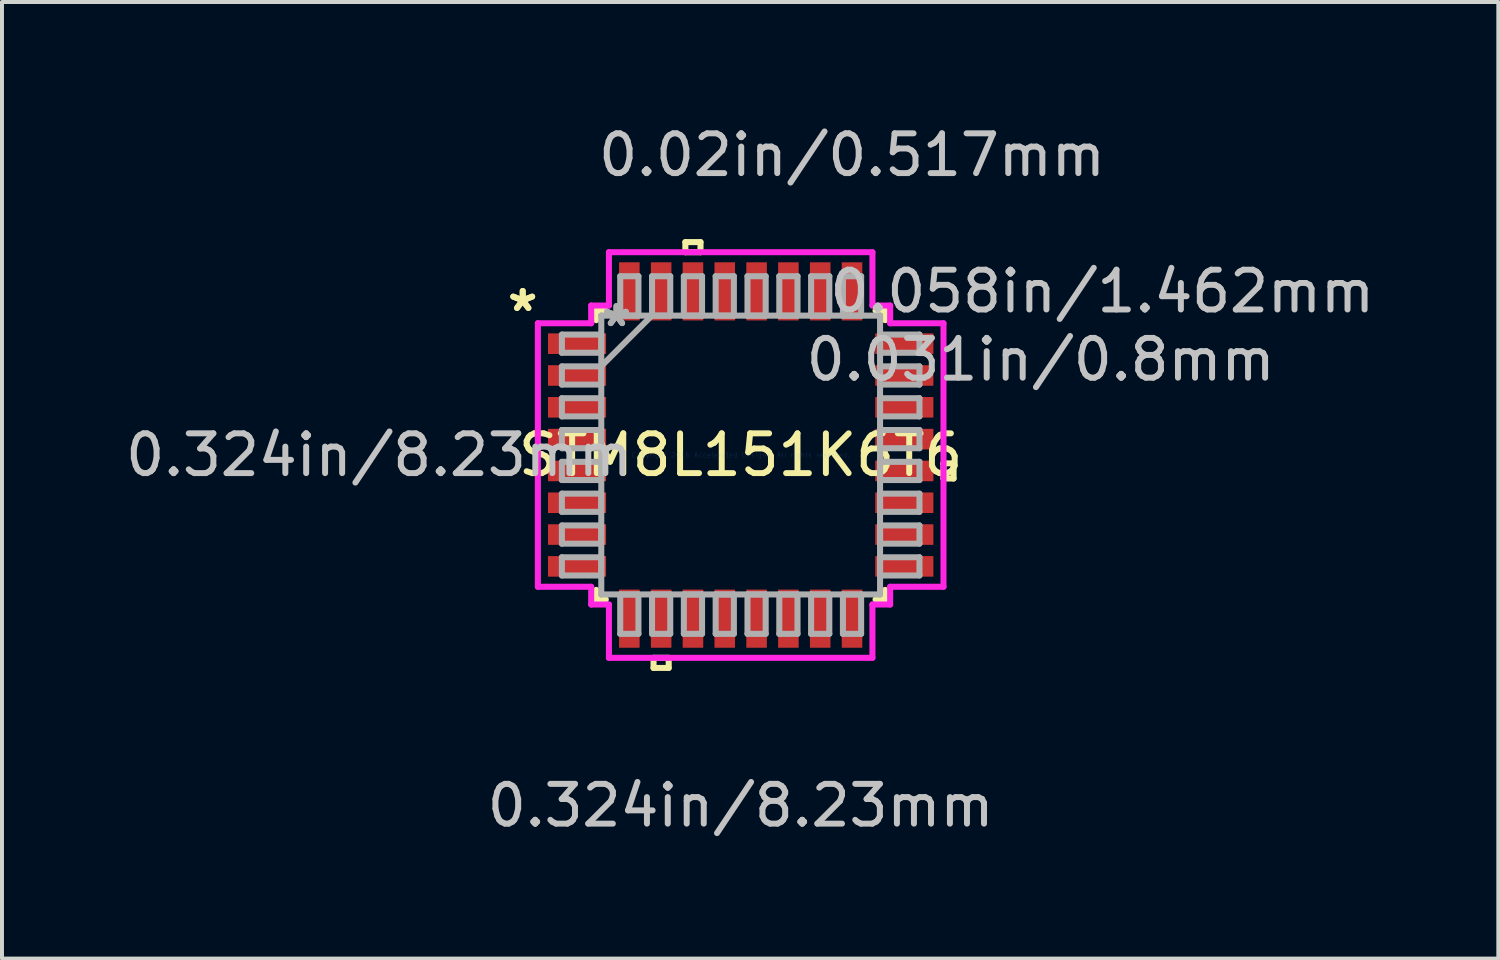
<source format=kicad_pcb>
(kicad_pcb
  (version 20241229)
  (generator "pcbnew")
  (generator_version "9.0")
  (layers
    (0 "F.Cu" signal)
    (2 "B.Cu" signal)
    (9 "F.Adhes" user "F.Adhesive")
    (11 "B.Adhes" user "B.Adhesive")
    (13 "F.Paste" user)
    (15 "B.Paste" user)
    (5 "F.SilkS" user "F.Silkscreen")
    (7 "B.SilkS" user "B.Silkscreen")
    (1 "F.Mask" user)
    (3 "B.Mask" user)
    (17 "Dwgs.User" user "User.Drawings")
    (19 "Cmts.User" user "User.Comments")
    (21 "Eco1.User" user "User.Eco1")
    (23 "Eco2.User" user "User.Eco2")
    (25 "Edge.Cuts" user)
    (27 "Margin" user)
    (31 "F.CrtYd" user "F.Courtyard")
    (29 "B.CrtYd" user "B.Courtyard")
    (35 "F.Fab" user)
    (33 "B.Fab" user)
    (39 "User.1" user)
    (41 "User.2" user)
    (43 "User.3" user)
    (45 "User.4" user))
  (footprint "STM8L151K6T6"
    (layer "F.Cu")
    (at 15.575 8.392)
    (property "Reference" "STM8L151K6T6" (at 0 0 0) (layer "F.SilkS") (effects (font (size 1 1) (thickness 0.15))))
    (attr through_hole)
    (fp_line (start -3.632 -3.632) (end -3.632 -3.391) (stroke (width 0.152) (type solid)) (layer "F.SilkS"))
    (fp_line (start -3.632 3.391) (end -3.632 3.632) (stroke (width 0.152) (type solid)) (layer "F.SilkS"))
    (fp_line (start -3.632 3.632) (end -3.391 3.632) (stroke (width 0.152) (type solid)) (layer "F.SilkS"))
    (fp_line (start -3.391 -3.632) (end -3.632 -3.632) (stroke (width 0.152) (type solid)) (layer "F.SilkS"))
    (fp_line (start -2.191 5.1) (end -2.191 5.354) (stroke (width 0.152) (type solid)) (layer "F.SilkS"))
    (fp_line (start -2.191 5.354) (end -1.81 5.354) (stroke (width 0.152) (type solid)) (layer "F.SilkS"))
    (fp_line (start -1.81 5.1) (end -2.191 5.1) (stroke (width 0.152) (type solid)) (layer "F.SilkS"))
    (fp_line (start -1.81 5.354) (end -1.81 5.1) (stroke (width 0.152) (type solid)) (layer "F.SilkS"))
    (fp_line (start -1.391 -5.354) (end -1.01 -5.354) (stroke (width 0.152) (type solid)) (layer "F.SilkS"))
    (fp_line (start -1.391 -5.1) (end -1.391 -5.354) (stroke (width 0.152) (type solid)) (layer "F.SilkS"))
    (fp_line (start -1.01 -5.354) (end -1.01 -5.1) (stroke (width 0.152) (type solid)) (layer "F.SilkS"))
    (fp_line (start -1.01 -5.1) (end -1.391 -5.1) (stroke (width 0.152) (type solid)) (layer "F.SilkS"))
    (fp_line (start 3.391 3.632) (end 3.632 3.632) (stroke (width 0.152) (type solid)) (layer "F.SilkS"))
    (fp_line (start 3.632 -3.632) (end 3.391 -3.632) (stroke (width 0.152) (type solid)) (layer "F.SilkS"))
    (fp_line (start 3.632 -3.391) (end 3.632 -3.632) (stroke (width 0.152) (type solid)) (layer "F.SilkS"))
    (fp_line (start 3.632 3.632) (end 3.632 3.391) (stroke (width 0.152) (type solid)) (layer "F.SilkS"))
    (fp_line (start 5.1 0.209) (end 5.354 0.209) (stroke (width 0.152) (type solid)) (layer "F.SilkS"))
    (fp_line (start 5.1 0.59) (end 5.1 0.209) (stroke (width 0.152) (type solid)) (layer "F.SilkS"))
    (fp_line (start 5.354 0.209) (end 5.354 0.59) (stroke (width 0.152) (type solid)) (layer "F.SilkS"))
    (fp_line (start 5.354 0.59) (end 5.1 0.59) (stroke (width 0.152) (type solid)) (layer "F.SilkS"))
    (fp_line (start -5.1 -3.313) (end -3.759 -3.313) (stroke (width 0.152) (type solid)) (layer "F.CrtYd"))
    (fp_line (start -5.1 3.313) (end -5.1 -3.313) (stroke (width 0.152) (type solid)) (layer "F.CrtYd"))
    (fp_line (start -3.759 -3.759) (end -3.313 -3.759) (stroke (width 0.152) (type solid)) (layer "F.CrtYd"))
    (fp_line (start -3.759 -3.313) (end -3.759 -3.759) (stroke (width 0.152) (type solid)) (layer "F.CrtYd"))
    (fp_line (start -3.759 3.313) (end -5.1 3.313) (stroke (width 0.152) (type solid)) (layer "F.CrtYd"))
    (fp_line (start -3.759 3.759) (end -3.759 3.313) (stroke (width 0.152) (type solid)) (layer "F.CrtYd"))
    (fp_line (start -3.313 -5.1) (end 3.313 -5.1) (stroke (width 0.152) (type solid)) (layer "F.CrtYd"))
    (fp_line (start -3.313 -3.759) (end -3.313 -5.1) (stroke (width 0.152) (type solid)) (layer "F.CrtYd"))
    (fp_line (start -3.313 3.759) (end -3.759 3.759) (stroke (width 0.152) (type solid)) (layer "F.CrtYd"))
    (fp_line (start -3.313 5.1) (end -3.313 3.759) (stroke (width 0.152) (type solid)) (layer "F.CrtYd"))
    (fp_line (start 3.313 -5.1) (end 3.313 -3.759) (stroke (width 0.152) (type solid)) (layer "F.CrtYd"))
    (fp_line (start 3.313 -3.759) (end 3.759 -3.759) (stroke (width 0.152) (type solid)) (layer "F.CrtYd"))
    (fp_line (start 3.313 3.759) (end 3.313 5.1) (stroke (width 0.152) (type solid)) (layer "F.CrtYd"))
    (fp_line (start 3.313 5.1) (end -3.313 5.1) (stroke (width 0.152) (type solid)) (layer "F.CrtYd"))
    (fp_line (start 3.759 -3.759) (end 3.759 -3.313) (stroke (width 0.152) (type solid)) (layer "F.CrtYd"))
    (fp_line (start 3.759 -3.313) (end 5.1 -3.313) (stroke (width 0.152) (type solid)) (layer "F.CrtYd"))
    (fp_line (start 3.759 3.313) (end 3.759 3.759) (stroke (width 0.152) (type solid)) (layer "F.CrtYd"))
    (fp_line (start 3.759 3.759) (end 3.313 3.759) (stroke (width 0.152) (type solid)) (layer "F.CrtYd"))
    (fp_line (start 5.1 -3.313) (end 5.1 3.313) (stroke (width 0.152) (type solid)) (layer "F.CrtYd"))
    (fp_line (start 5.1 3.313) (end 3.759 3.313) (stroke (width 0.152) (type solid)) (layer "F.CrtYd"))
    (fp_line (start -4.496 -3.029) (end -4.496 -2.571) (stroke (width 0.152) (type solid)) (layer "F.Fab"))
    (fp_line (start -4.496 -2.571) (end -3.505 -2.571) (stroke (width 0.152) (type solid)) (layer "F.Fab"))
    (fp_line (start -4.496 -2.229) (end -4.496 -1.771) (stroke (width 0.152) (type solid)) (layer "F.Fab"))
    (fp_line (start -4.496 -1.771) (end -3.505 -1.771) (stroke (width 0.152) (type solid)) (layer "F.Fab"))
    (fp_line (start -4.496 -1.429) (end -4.496 -0.971) (stroke (width 0.152) (type solid)) (layer "F.Fab"))
    (fp_line (start -4.496 -0.971) (end -3.505 -0.971) (stroke (width 0.152) (type solid)) (layer "F.Fab"))
    (fp_line (start -4.496 -0.629) (end -4.496 -0.171) (stroke (width 0.152) (type solid)) (layer "F.Fab"))
    (fp_line (start -4.496 -0.171) (end -3.505 -0.171) (stroke (width 0.152) (type solid)) (layer "F.Fab"))
    (fp_line (start -4.496 0.171) (end -4.496 0.629) (stroke (width 0.152) (type solid)) (layer "F.Fab"))
    (fp_line (start -4.496 0.629) (end -3.505 0.629) (stroke (width 0.152) (type solid)) (layer "F.Fab"))
    (fp_line (start -4.496 0.971) (end -4.496 1.429) (stroke (width 0.152) (type solid)) (layer "F.Fab"))
    (fp_line (start -4.496 1.429) (end -3.505 1.429) (stroke (width 0.152) (type solid)) (layer "F.Fab"))
    (fp_line (start -4.496 1.771) (end -4.496 2.229) (stroke (width 0.152) (type solid)) (layer "F.Fab"))
    (fp_line (start -4.496 2.229) (end -3.505 2.229) (stroke (width 0.152) (type solid)) (layer "F.Fab"))
    (fp_line (start -4.496 2.571) (end -4.496 3.029) (stroke (width 0.152) (type solid)) (layer "F.Fab"))
    (fp_line (start -4.496 3.029) (end -3.505 3.029) (stroke (width 0.152) (type solid)) (layer "F.Fab"))
    (fp_line (start -3.505 -3.505) (end -3.505 -3.505) (stroke (width 0.152) (type solid)) (layer "F.Fab"))
    (fp_line (start -3.505 -3.505) (end -3.505 3.505) (stroke (width 0.152) (type solid)) (layer "F.Fab"))
    (fp_line (start -3.505 -3.029) (end -4.496 -3.029) (stroke (width 0.152) (type solid)) (layer "F.Fab"))
    (fp_line (start -3.505 -2.571) (end -3.505 -3.029) (stroke (width 0.152) (type solid)) (layer "F.Fab"))
    (fp_line (start -3.505 -2.235) (end -2.235 -3.505) (stroke (width 0.152) (type solid)) (layer "F.Fab"))
    (fp_line (start -3.505 -2.229) (end -4.496 -2.229) (stroke (width 0.152) (type solid)) (layer "F.Fab"))
    (fp_line (start -3.505 -1.771) (end -3.505 -2.229) (stroke (width 0.152) (type solid)) (layer "F.Fab"))
    (fp_line (start -3.505 -1.429) (end -4.496 -1.429) (stroke (width 0.152) (type solid)) (layer "F.Fab"))
    (fp_line (start -3.505 -0.971) (end -3.505 -1.429) (stroke (width 0.152) (type solid)) (layer "F.Fab"))
    (fp_line (start -3.505 -0.629) (end -4.496 -0.629) (stroke (width 0.152) (type solid)) (layer "F.Fab"))
    (fp_line (start -3.505 -0.171) (end -3.505 -0.629) (stroke (width 0.152) (type solid)) (layer "F.Fab"))
    (fp_line (start -3.505 0.171) (end -4.496 0.171) (stroke (width 0.152) (type solid)) (layer "F.Fab"))
    (fp_line (start -3.505 0.629) (end -3.505 0.171) (stroke (width 0.152) (type solid)) (layer "F.Fab"))
    (fp_line (start -3.505 0.971) (end -4.496 0.971) (stroke (width 0.152) (type solid)) (layer "F.Fab"))
    (fp_line (start -3.505 1.429) (end -3.505 0.971) (stroke (width 0.152) (type solid)) (layer "F.Fab"))
    (fp_line (start -3.505 1.771) (end -4.496 1.771) (stroke (width 0.152) (type solid)) (layer "F.Fab"))
    (fp_line (start -3.505 2.229) (end -3.505 1.771) (stroke (width 0.152) (type solid)) (layer "F.Fab"))
    (fp_line (start -3.505 2.571) (end -4.496 2.571) (stroke (width 0.152) (type solid)) (layer "F.Fab"))
    (fp_line (start -3.505 3.029) (end -3.505 2.571) (stroke (width 0.152) (type solid)) (layer "F.Fab"))
    (fp_line (start -3.505 3.505) (end -3.505 3.505) (stroke (width 0.152) (type solid)) (layer "F.Fab"))
    (fp_line (start -3.505 3.505) (end 3.505 3.505) (stroke (width 0.152) (type solid)) (layer "F.Fab"))
    (fp_line (start -3.029 -4.496) (end -3.029 -3.505) (stroke (width 0.152) (type solid)) (layer "F.Fab"))
    (fp_line (start -3.029 -3.505) (end -2.571 -3.505) (stroke (width 0.152) (type solid)) (layer "F.Fab"))
    (fp_line (start -3.029 3.505) (end -3.029 4.496) (stroke (width 0.152) (type solid)) (layer "F.Fab"))
    (fp_line (start -3.029 4.496) (end -2.571 4.496) (stroke (width 0.152) (type solid)) (layer "F.Fab"))
    (fp_line (start -2.571 -4.496) (end -3.029 -4.496) (stroke (width 0.152) (type solid)) (layer "F.Fab"))
    (fp_line (start -2.571 -3.505) (end -2.571 -4.496) (stroke (width 0.152) (type solid)) (layer "F.Fab"))
    (fp_line (start -2.571 3.505) (end -3.029 3.505) (stroke (width 0.152) (type solid)) (layer "F.Fab"))
    (fp_line (start -2.571 4.496) (end -2.571 3.505) (stroke (width 0.152) (type solid)) (layer "F.Fab"))
    (fp_line (start -2.229 -4.496) (end -2.229 -3.505) (stroke (width 0.152) (type solid)) (layer "F.Fab"))
    (fp_line (start -2.229 -3.505) (end -1.771 -3.505) (stroke (width 0.152) (type solid)) (layer "F.Fab"))
    (fp_line (start -2.229 3.505) (end -2.229 4.496) (stroke (width 0.152) (type solid)) (layer "F.Fab"))
    (fp_line (start -2.229 4.496) (end -1.771 4.496) (stroke (width 0.152) (type solid)) (layer "F.Fab"))
    (fp_line (start -1.771 -4.496) (end -2.229 -4.496) (stroke (width 0.152) (type solid)) (layer "F.Fab"))
    (fp_line (start -1.771 -3.505) (end -1.771 -4.496) (stroke (width 0.152) (type solid)) (layer "F.Fab"))
    (fp_line (start -1.771 3.505) (end -2.229 3.505) (stroke (width 0.152) (type solid)) (layer "F.Fab"))
    (fp_line (start -1.771 4.496) (end -1.771 3.505) (stroke (width 0.152) (type solid)) (layer "F.Fab"))
    (fp_line (start -1.429 -4.496) (end -1.429 -3.505) (stroke (width 0.152) (type solid)) (layer "F.Fab"))
    (fp_line (start -1.429 -3.505) (end -0.971 -3.505) (stroke (width 0.152) (type solid)) (layer "F.Fab"))
    (fp_line (start -1.429 3.505) (end -1.429 4.496) (stroke (width 0.152) (type solid)) (layer "F.Fab"))
    (fp_line (start -1.429 4.496) (end -0.971 4.496) (stroke (width 0.152) (type solid)) (layer "F.Fab"))
    (fp_line (start -0.971 -4.496) (end -1.429 -4.496) (stroke (width 0.152) (type solid)) (layer "F.Fab"))
    (fp_line (start -0.971 -3.505) (end -0.971 -4.496) (stroke (width 0.152) (type solid)) (layer "F.Fab"))
    (fp_line (start -0.971 3.505) (end -1.429 3.505) (stroke (width 0.152) (type solid)) (layer "F.Fab"))
    (fp_line (start -0.971 4.496) (end -0.971 3.505) (stroke (width 0.152) (type solid)) (layer "F.Fab"))
    (fp_line (start -0.629 -4.496) (end -0.629 -3.505) (stroke (width 0.152) (type solid)) (layer "F.Fab"))
    (fp_line (start -0.629 -3.505) (end -0.171 -3.505) (stroke (width 0.152) (type solid)) (layer "F.Fab"))
    (fp_line (start -0.629 3.505) (end -0.629 4.496) (stroke (width 0.152) (type solid)) (layer "F.Fab"))
    (fp_line (start -0.629 4.496) (end -0.171 4.496) (stroke (width 0.152) (type solid)) (layer "F.Fab"))
    (fp_line (start -0.171 -4.496) (end -0.629 -4.496) (stroke (width 0.152) (type solid)) (layer "F.Fab"))
    (fp_line (start -0.171 -3.505) (end -0.171 -4.496) (stroke (width 0.152) (type solid)) (layer "F.Fab"))
    (fp_line (start -0.171 3.505) (end -0.629 3.505) (stroke (width 0.152) (type solid)) (layer "F.Fab"))
    (fp_line (start -0.171 4.496) (end -0.171 3.505) (stroke (width 0.152) (type solid)) (layer "F.Fab"))
    (fp_line (start 0.171 -4.496) (end 0.171 -3.505) (stroke (width 0.152) (type solid)) (layer "F.Fab"))
    (fp_line (start 0.171 -3.505) (end 0.629 -3.505) (stroke (width 0.152) (type solid)) (layer "F.Fab"))
    (fp_line (start 0.171 3.505) (end 0.171 4.496) (stroke (width 0.152) (type solid)) (layer "F.Fab"))
    (fp_line (start 0.171 4.496) (end 0.629 4.496) (stroke (width 0.152) (type solid)) (layer "F.Fab"))
    (fp_line (start 0.629 -4.496) (end 0.171 -4.496) (stroke (width 0.152) (type solid)) (layer "F.Fab"))
    (fp_line (start 0.629 -3.505) (end 0.629 -4.496) (stroke (width 0.152) (type solid)) (layer "F.Fab"))
    (fp_line (start 0.629 3.505) (end 0.171 3.505) (stroke (width 0.152) (type solid)) (layer "F.Fab"))
    (fp_line (start 0.629 4.496) (end 0.629 3.505) (stroke (width 0.152) (type solid)) (layer "F.Fab"))
    (fp_line (start 0.971 -4.496) (end 0.971 -3.505) (stroke (width 0.152) (type solid)) (layer "F.Fab"))
    (fp_line (start 0.971 -3.505) (end 1.429 -3.505) (stroke (width 0.152) (type solid)) (layer "F.Fab"))
    (fp_line (start 0.971 3.505) (end 0.971 4.496) (stroke (width 0.152) (type solid)) (layer "F.Fab"))
    (fp_line (start 0.971 4.496) (end 1.429 4.496) (stroke (width 0.152) (type solid)) (layer "F.Fab"))
    (fp_line (start 1.429 -4.496) (end 0.971 -4.496) (stroke (width 0.152) (type solid)) (layer "F.Fab"))
    (fp_line (start 1.429 -3.505) (end 1.429 -4.496) (stroke (width 0.152) (type solid)) (layer "F.Fab"))
    (fp_line (start 1.429 3.505) (end 0.971 3.505) (stroke (width 0.152) (type solid)) (layer "F.Fab"))
    (fp_line (start 1.429 4.496) (end 1.429 3.505) (stroke (width 0.152) (type solid)) (layer "F.Fab"))
    (fp_line (start 1.771 -4.496) (end 1.771 -3.505) (stroke (width 0.152) (type solid)) (layer "F.Fab"))
    (fp_line (start 1.771 -3.505) (end 2.229 -3.505) (stroke (width 0.152) (type solid)) (layer "F.Fab"))
    (fp_line (start 1.771 3.505) (end 1.771 4.496) (stroke (width 0.152) (type solid)) (layer "F.Fab"))
    (fp_line (start 1.771 4.496) (end 2.229 4.496) (stroke (width 0.152) (type solid)) (layer "F.Fab"))
    (fp_line (start 2.229 -4.496) (end 1.771 -4.496) (stroke (width 0.152) (type solid)) (layer "F.Fab"))
    (fp_line (start 2.229 -3.505) (end 2.229 -4.496) (stroke (width 0.152) (type solid)) (layer "F.Fab"))
    (fp_line (start 2.229 3.505) (end 1.771 3.505) (stroke (width 0.152) (type solid)) (layer "F.Fab"))
    (fp_line (start 2.229 4.496) (end 2.229 3.505) (stroke (width 0.152) (type solid)) (layer "F.Fab"))
    (fp_line (start 2.571 -4.496) (end 2.571 -3.505) (stroke (width 0.152) (type solid)) (layer "F.Fab"))
    (fp_line (start 2.571 -3.505) (end 3.029 -3.505) (stroke (width 0.152) (type solid)) (layer "F.Fab"))
    (fp_line (start 2.571 3.505) (end 2.571 4.496) (stroke (width 0.152) (type solid)) (layer "F.Fab"))
    (fp_line (start 2.571 4.496) (end 3.029 4.496) (stroke (width 0.152) (type solid)) (layer "F.Fab"))
    (fp_line (start 3.029 -4.496) (end 2.571 -4.496) (stroke (width 0.152) (type solid)) (layer "F.Fab"))
    (fp_line (start 3.029 -3.505) (end 3.029 -4.496) (stroke (width 0.152) (type solid)) (layer "F.Fab"))
    (fp_line (start 3.029 3.505) (end 2.571 3.505) (stroke (width 0.152) (type solid)) (layer "F.Fab"))
    (fp_line (start 3.029 4.496) (end 3.029 3.505) (stroke (width 0.152) (type solid)) (layer "F.Fab"))
    (fp_line (start 3.505 -3.505) (end -3.505 -3.505) (stroke (width 0.152) (type solid)) (layer "F.Fab"))
    (fp_line (start 3.505 -3.505) (end 3.505 -3.505) (stroke (width 0.152) (type solid)) (layer "F.Fab"))
    (fp_line (start 3.505 -3.029) (end 3.505 -2.571) (stroke (width 0.152) (type solid)) (layer "F.Fab"))
    (fp_line (start 3.505 -2.571) (end 4.496 -2.571) (stroke (width 0.152) (type solid)) (layer "F.Fab"))
    (fp_line (start 3.505 -2.229) (end 3.505 -1.771) (stroke (width 0.152) (type solid)) (layer "F.Fab"))
    (fp_line (start 3.505 -1.771) (end 4.496 -1.771) (stroke (width 0.152) (type solid)) (layer "F.Fab"))
    (fp_line (start 3.505 -1.429) (end 3.505 -0.971) (stroke (width 0.152) (type solid)) (layer "F.Fab"))
    (fp_line (start 3.505 -0.971) (end 4.496 -0.971) (stroke (width 0.152) (type solid)) (layer "F.Fab"))
    (fp_line (start 3.505 -0.629) (end 3.505 -0.171) (stroke (width 0.152) (type solid)) (layer "F.Fab"))
    (fp_line (start 3.505 -0.171) (end 4.496 -0.171) (stroke (width 0.152) (type solid)) (layer "F.Fab"))
    (fp_line (start 3.505 0.171) (end 3.505 0.629) (stroke (width 0.152) (type solid)) (layer "F.Fab"))
    (fp_line (start 3.505 0.629) (end 4.496 0.629) (stroke (width 0.152) (type solid)) (layer "F.Fab"))
    (fp_line (start 3.505 0.971) (end 3.505 1.429) (stroke (width 0.152) (type solid)) (layer "F.Fab"))
    (fp_line (start 3.505 1.429) (end 4.496 1.429) (stroke (width 0.152) (type solid)) (layer "F.Fab"))
    (fp_line (start 3.505 1.771) (end 3.505 2.229) (stroke (width 0.152) (type solid)) (layer "F.Fab"))
    (fp_line (start 3.505 2.229) (end 4.496 2.229) (stroke (width 0.152) (type solid)) (layer "F.Fab"))
    (fp_line (start 3.505 2.571) (end 3.505 3.029) (stroke (width 0.152) (type solid)) (layer "F.Fab"))
    (fp_line (start 3.505 3.029) (end 4.496 3.029) (stroke (width 0.152) (type solid)) (layer "F.Fab"))
    (fp_line (start 3.505 3.505) (end 3.505 -3.505) (stroke (width 0.152) (type solid)) (layer "F.Fab"))
    (fp_line (start 3.505 3.505) (end 3.505 3.505) (stroke (width 0.152) (type solid)) (layer "F.Fab"))
    (fp_line (start 4.496 -3.029) (end 3.505 -3.029) (stroke (width 0.152) (type solid)) (layer "F.Fab"))
    (fp_line (start 4.496 -2.571) (end 4.496 -3.029) (stroke (width 0.152) (type solid)) (layer "F.Fab"))
    (fp_line (start 4.496 -2.229) (end 3.505 -2.229) (stroke (width 0.152) (type solid)) (layer "F.Fab"))
    (fp_line (start 4.496 -1.771) (end 4.496 -2.229) (stroke (width 0.152) (type solid)) (layer "F.Fab"))
    (fp_line (start 4.496 -1.429) (end 3.505 -1.429) (stroke (width 0.152) (type solid)) (layer "F.Fab"))
    (fp_line (start 4.496 -0.971) (end 4.496 -1.429) (stroke (width 0.152) (type solid)) (layer "F.Fab"))
    (fp_line (start 4.496 -0.629) (end 3.505 -0.629) (stroke (width 0.152) (type solid)) (layer "F.Fab"))
    (fp_line (start 4.496 -0.171) (end 4.496 -0.629) (stroke (width 0.152) (type solid)) (layer "F.Fab"))
    (fp_line (start 4.496 0.171) (end 3.505 0.171) (stroke (width 0.152) (type solid)) (layer "F.Fab"))
    (fp_line (start 4.496 0.629) (end 4.496 0.171) (stroke (width 0.152) (type solid)) (layer "F.Fab"))
    (fp_line (start 4.496 0.971) (end 3.505 0.971) (stroke (width 0.152) (type solid)) (layer "F.Fab"))
    (fp_line (start 4.496 1.429) (end 4.496 0.971) (stroke (width 0.152) (type solid)) (layer "F.Fab"))
    (fp_line (start 4.496 1.771) (end 3.505 1.771) (stroke (width 0.152) (type solid)) (layer "F.Fab"))
    (fp_line (start 4.496 2.229) (end 4.496 1.771) (stroke (width 0.152) (type solid)) (layer "F.Fab"))
    (fp_line (start 4.496 2.571) (end 3.505 2.571) (stroke (width 0.152) (type solid)) (layer "F.Fab"))
    (fp_line (start 4.496 3.029) (end 4.496 2.571) (stroke (width 0.152) (type solid)) (layer "F.Fab"))
    (fp_text user "*" (at -5.481 -3.581 0) (layer "F.SilkS") (effects (font (size 1 1) (thickness 0.15))))
    (fp_text user "*" (at -5.481 -3.581 0) (layer "F.SilkS") (effects (font (size 1 1) (thickness 0.15))))
    (fp_text user "0.324in/8.23mm" (at 0 8.814 0) (layer "Dwgs.User") (effects (font (size 1 1) (thickness 0.15))))
    (fp_text user "0.058in/1.462mm" (at 9.093 -4.115 0) (layer "Dwgs.User") (effects (font (size 1 1) (thickness 0.15))))
    (fp_text user "0.324in/8.23mm" (at -9.093 0 0) (layer "Dwgs.User") (effects (font (size 1 1) (thickness 0.15))))
    (fp_text user "0.031in/0.8mm" (at 7.544 -2.4 0) (layer "Dwgs.User") (effects (font (size 1 1) (thickness 0.15))))
    (fp_text user "0.02in/0.517mm" (at 2.8 -7.544 0) (layer "Dwgs.User") (effects (font (size 1 1) (thickness 0.15))))
    (fp_text user "Copyright 2016 Accelerated Designs. All rights reserved." (at 0 0 0) (layer "Cmts.User") (effects (font (size 0.127 0.127) (thickness 0.002))))
    (fp_text user "*" (at -3.124 -3.2 0) (layer "F.Fab") (effects (font (size 1 1) (thickness 0.15))))
    (fp_text user "*" (at -3.124 -3.2 0) (layer "F.Fab") (effects (font (size 1 1) (thickness 0.15))))
    (pad "1" smd rect (at -4.115 -2.8 90) (size 0.517 1.462) (layers "F.Cu" "F.Mask" "F.Paste"))
    (pad "2" smd rect (at -4.115 -2 90) (size 0.517 1.462) (layers "F.Cu" "F.Mask" "F.Paste"))
    (pad "3" smd rect (at -4.115 -1.2 90) (size 0.517 1.462) (layers "F.Cu" "F.Mask" "F.Paste"))
    (pad "4" smd rect (at -4.115 -0.4 90) (size 0.517 1.462) (layers "F.Cu" "F.Mask" "F.Paste"))
    (pad "5" smd rect (at -4.115 0.4 90) (size 0.517 1.462) (layers "F.Cu" "F.Mask" "F.Paste"))
    (pad "6" smd rect (at -4.115 1.2 90) (size 0.517 1.462) (layers "F.Cu" "F.Mask" "F.Paste"))
    (pad "7" smd rect (at -4.115 2 90) (size 0.517 1.462) (layers "F.Cu" "F.Mask" "F.Paste"))
    (pad "8" smd rect (at -4.115 2.8 90) (size 0.517 1.462) (layers "F.Cu" "F.Mask" "F.Paste"))
    (pad "9" smd rect (at -2.8 4.115) (size 0.517 1.462) (layers "F.Cu" "F.Mask" "F.Paste"))
    (pad "10" smd rect (at -2 4.115) (size 0.517 1.462) (layers "F.Cu" "F.Mask" "F.Paste"))
    (pad "11" smd rect (at -1.2 4.115) (size 0.517 1.462) (layers "F.Cu" "F.Mask" "F.Paste"))
    (pad "12" smd rect (at -0.4 4.115) (size 0.517 1.462) (layers "F.Cu" "F.Mask" "F.Paste"))
    (pad "13" smd rect (at 0.4 4.115) (size 0.517 1.462) (layers "F.Cu" "F.Mask" "F.Paste"))
    (pad "14" smd rect (at 1.2 4.115) (size 0.517 1.462) (layers "F.Cu" "F.Mask" "F.Paste"))
    (pad "15" smd rect (at 2 4.115) (size 0.517 1.462) (layers "F.Cu" "F.Mask" "F.Paste"))
    (pad "16" smd rect (at 2.8 4.115) (size 0.517 1.462) (layers "F.Cu" "F.Mask" "F.Paste"))
    (pad "17" smd rect (at 4.115 2.8 90) (size 0.517 1.462) (layers "F.Cu" "F.Mask" "F.Paste"))
    (pad "18" smd rect (at 4.115 2 90) (size 0.517 1.462) (layers "F.Cu" "F.Mask" "F.Paste"))
    (pad "19" smd rect (at 4.115 1.2 90) (size 0.517 1.462) (layers "F.Cu" "F.Mask" "F.Paste"))
    (pad "20" smd rect (at 4.115 0.4 90) (size 0.517 1.462) (layers "F.Cu" "F.Mask" "F.Paste"))
    (pad "21" smd rect (at 4.115 -0.4 90) (size 0.517 1.462) (layers "F.Cu" "F.Mask" "F.Paste"))
    (pad "22" smd rect (at 4.115 -1.2 90) (size 0.517 1.462) (layers "F.Cu" "F.Mask" "F.Paste"))
    (pad "23" smd rect (at 4.115 -2 90) (size 0.517 1.462) (layers "F.Cu" "F.Mask" "F.Paste"))
    (pad "24" smd rect (at 4.115 -2.8 90) (size 0.517 1.462) (layers "F.Cu" "F.Mask" "F.Paste"))
    (pad "25" smd rect (at 2.8 -4.115) (size 0.517 1.462) (layers "F.Cu" "F.Mask" "F.Paste"))
    (pad "26" smd rect (at 2 -4.115) (size 0.517 1.462) (layers "F.Cu" "F.Mask" "F.Paste"))
    (pad "27" smd rect (at 1.2 -4.115) (size 0.517 1.462) (layers "F.Cu" "F.Mask" "F.Paste"))
    (pad "28" smd rect (at 0.4 -4.115) (size 0.517 1.462) (layers "F.Cu" "F.Mask" "F.Paste"))
    (pad "29" smd rect (at -0.4 -4.115) (size 0.517 1.462) (layers "F.Cu" "F.Mask" "F.Paste"))
    (pad "30" smd rect (at -1.2 -4.115) (size 0.517 1.462) (layers "F.Cu" "F.Mask" "F.Paste"))
    (pad "31" smd rect (at -2 -4.115) (size 0.517 1.462) (layers "F.Cu" "F.Mask" "F.Paste"))
    (pad "32" smd rect (at -2.8 -4.115) (size 0.517 1.462) (layers "F.Cu" "F.Mask" "F.Paste")))
  (gr_rect
    (start -3 -3)
    (end 34.627 21.054)
    (stroke (width 0.1) (type default))
    (fill no)
    (layer "Edge.Cuts")))
</source>
